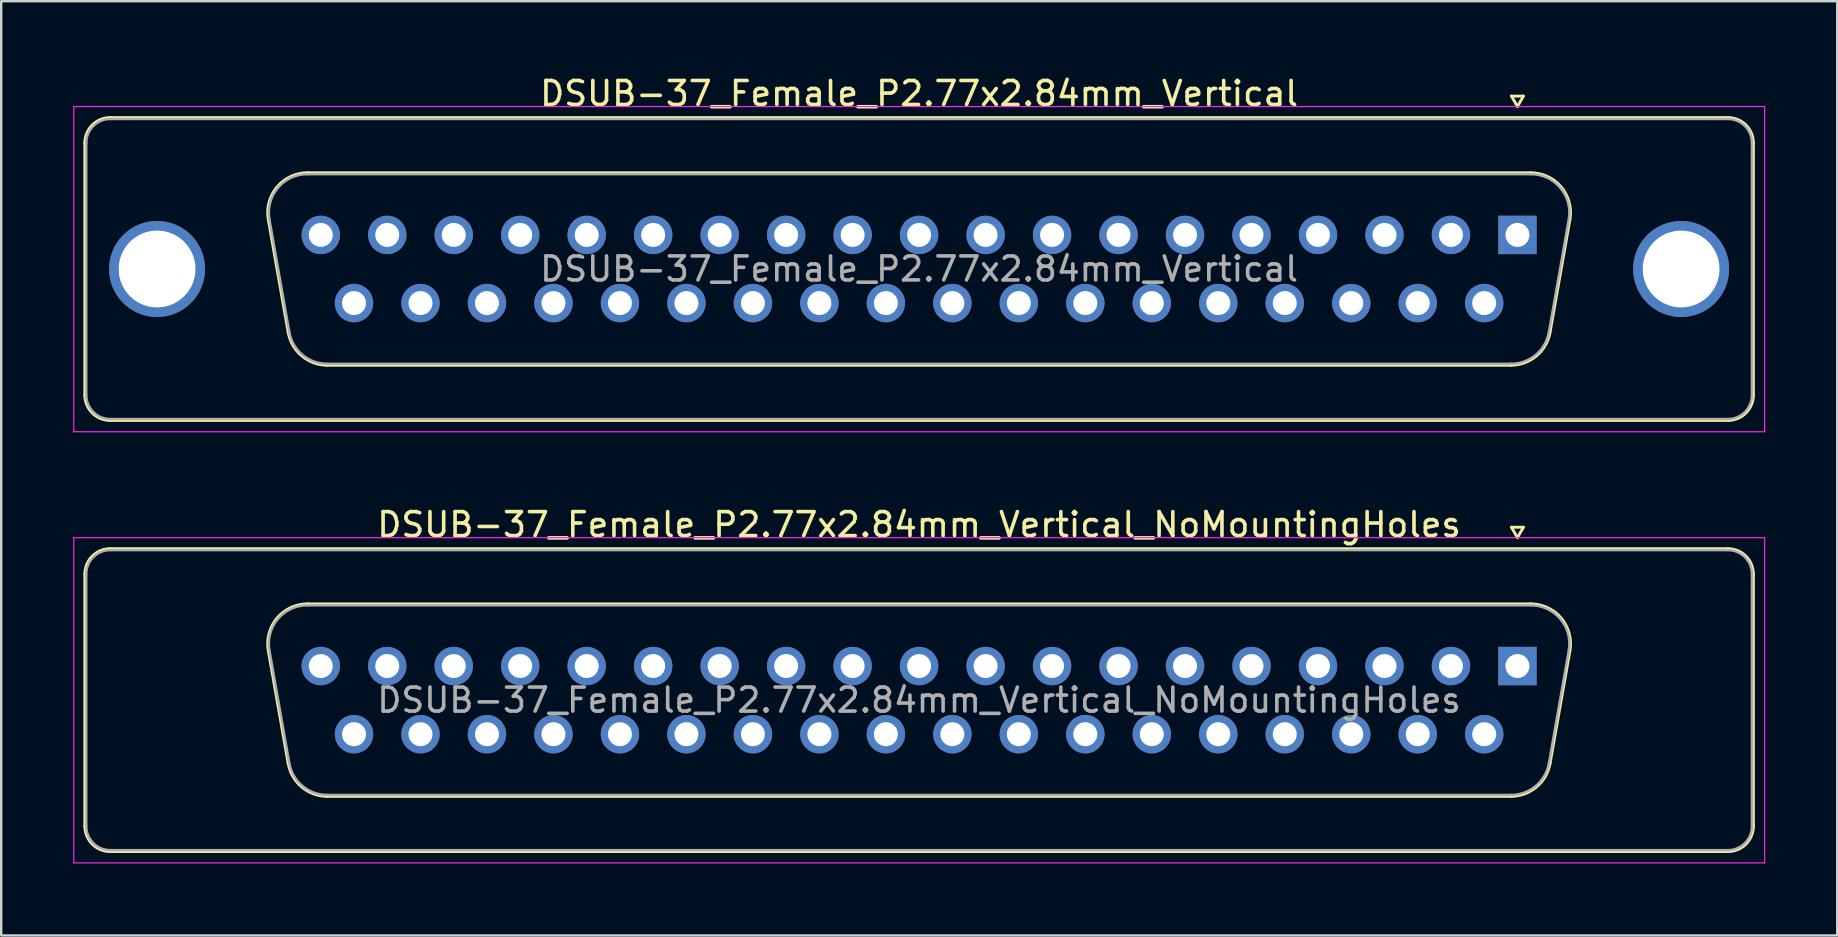
<source format=kicad_pcb>
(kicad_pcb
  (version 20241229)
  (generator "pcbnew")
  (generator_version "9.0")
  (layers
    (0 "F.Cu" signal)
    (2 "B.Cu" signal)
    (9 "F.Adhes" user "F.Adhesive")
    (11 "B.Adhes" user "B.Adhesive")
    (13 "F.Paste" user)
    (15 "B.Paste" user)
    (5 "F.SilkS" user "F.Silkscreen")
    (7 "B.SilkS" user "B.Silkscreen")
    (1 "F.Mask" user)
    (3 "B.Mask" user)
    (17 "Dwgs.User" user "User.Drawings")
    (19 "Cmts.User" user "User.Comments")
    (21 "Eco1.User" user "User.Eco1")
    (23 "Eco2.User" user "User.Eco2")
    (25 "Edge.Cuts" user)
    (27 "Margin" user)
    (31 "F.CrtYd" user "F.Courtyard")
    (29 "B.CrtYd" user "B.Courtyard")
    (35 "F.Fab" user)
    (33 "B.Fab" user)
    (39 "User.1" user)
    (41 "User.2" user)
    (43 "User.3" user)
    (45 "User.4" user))
  (footprint "DSUB-37_Female_P2.77x2.84mm_Vertical"
    (layer "F.Cu")
    (at 60.175 6.738)
    (property "Reference" "DSUB-37_Female_P2.77x2.84mm_Vertical" (at -24.93 -5.89 0) (layer "F.SilkS") (effects (font (size 1 1) (thickness 0.15))))
    (attr through_hole)
    (fp_line (start -59.69 6.67) (end -59.69 -3.83) (stroke (width 0.12) (type solid)) (layer "F.SilkS"))
    (fp_line (start -58.63 -4.89) (end 8.77 -4.89) (stroke (width 0.12) (type solid)) (layer "F.SilkS"))
    (fp_line (start -52.046 -0.642) (end -51.218 4.058) (stroke (width 0.12) (type solid)) (layer "F.SilkS"))
    (fp_line (start -50.412 -2.59) (end 0.552 -2.59) (stroke (width 0.12) (type solid)) (layer "F.SilkS"))
    (fp_line (start -49.583 5.43) (end -0.277 5.43) (stroke (width 0.12) (type solid)) (layer "F.SilkS"))
    (fp_line (start -0.25 -5.784) (end 0.25 -5.784) (stroke (width 0.12) (type solid)) (layer "F.SilkS"))
    (fp_line (start 0 -5.351) (end -0.25 -5.784) (stroke (width 0.12) (type solid)) (layer "F.SilkS"))
    (fp_line (start 0.25 -5.784) (end 0 -5.351) (stroke (width 0.12) (type solid)) (layer "F.SilkS"))
    (fp_line (start 2.186 -0.642) (end 1.358 4.058) (stroke (width 0.12) (type solid)) (layer "F.SilkS"))
    (fp_line (start 8.77 7.73) (end -58.63 7.73) (stroke (width 0.12) (type solid)) (layer "F.SilkS"))
    (fp_line (start 9.83 -3.83) (end 9.83 6.67) (stroke (width 0.12) (type solid)) (layer "F.SilkS"))
    (fp_arc (start -59.69 -3.83) (mid -59.379533 -4.579533) (end -58.63 -4.89) (stroke (width 0.12) (type solid)) (layer "F.SilkS"))
    (fp_arc (start -58.63 7.73) (mid -59.379533 7.419533) (end -59.69 6.67) (stroke (width 0.12) (type solid)) (layer "F.SilkS"))
    (fp_arc (start -52.04647 -0.641744) (mid -51.683323 -1.997028) (end -50.411689 -2.59) (stroke (width 0.12) (type solid)) (layer "F.SilkS"))
    (fp_arc (start -49.582952 5.43) (mid -50.649979 5.041634) (end -51.217733 4.058256) (stroke (width 0.12) (type solid)) (layer "F.SilkS"))
    (fp_arc (start 0.551689 -2.59) (mid 1.823323 -1.997027) (end 2.18647 -0.641744) (stroke (width 0.12) (type solid)) (layer "F.SilkS"))
    (fp_arc (start 1.357733 4.058256) (mid 0.78998 5.041634) (end -0.277048 5.43) (stroke (width 0.12) (type solid)) (layer "F.SilkS"))
    (fp_arc (start 8.77 -4.89) (mid 9.519533 -4.579533) (end 9.83 -3.83) (stroke (width 0.12) (type solid)) (layer "F.SilkS"))
    (fp_arc (start 9.83 6.67) (mid 9.519533 7.419533) (end 8.77 7.73) (stroke (width 0.12) (type solid)) (layer "F.SilkS"))
    (fp_line (start -60.15 -5.35) (end -60.15 8.2) (stroke (width 0.05) (type solid)) (layer "F.CrtYd"))
    (fp_line (start -60.15 8.2) (end 10.3 8.2) (stroke (width 0.05) (type solid)) (layer "F.CrtYd"))
    (fp_line (start 10.3 -5.35) (end -60.15 -5.35) (stroke (width 0.05) (type solid)) (layer "F.CrtYd"))
    (fp_line (start 10.3 8.2) (end 10.3 -5.35) (stroke (width 0.05) (type solid)) (layer "F.CrtYd"))
    (fp_line (start -59.63 6.67) (end -59.63 -3.83) (stroke (width 0.1) (type solid)) (layer "F.Fab"))
    (fp_line (start -58.63 -4.83) (end 8.77 -4.83) (stroke (width 0.1) (type solid)) (layer "F.Fab"))
    (fp_line (start -51.999 -0.652) (end -51.17 4.048) (stroke (width 0.1) (type solid)) (layer "F.Fab"))
    (fp_line (start -50.423 -2.53) (end 0.563 -2.53) (stroke (width 0.1) (type solid)) (layer "F.Fab"))
    (fp_line (start -49.594 5.37) (end -0.266 5.37) (stroke (width 0.1) (type solid)) (layer "F.Fab"))
    (fp_line (start 2.139 -0.652) (end 1.31 4.048) (stroke (width 0.1) (type solid)) (layer "F.Fab"))
    (fp_line (start 8.77 7.67) (end -58.63 7.67) (stroke (width 0.1) (type solid)) (layer "F.Fab"))
    (fp_line (start 9.77 -3.83) (end 9.77 6.67) (stroke (width 0.1) (type solid)) (layer "F.Fab"))
    (fp_arc (start -59.63 -3.83) (mid -59.337107 -4.537107) (end -58.63 -4.83) (stroke (width 0.1) (type solid)) (layer "F.Fab"))
    (fp_arc (start -58.63 7.67) (mid -59.337107 7.377107) (end -59.63 6.67) (stroke (width 0.1) (type solid)) (layer "F.Fab"))
    (fp_arc (start -51.998886 -0.652163) (mid -51.648865 -1.95846) (end -50.423194 -2.53) (stroke (width 0.1) (type solid)) (layer "F.Fab"))
    (fp_arc (start -49.594457 5.37) (mid -50.622917 4.995671) (end -51.170149 4.047837) (stroke (width 0.1) (type solid)) (layer "F.Fab"))
    (fp_arc (start 0.563194 -2.53) (mid 1.788865 -1.95846) (end 2.138886 -0.652163) (stroke (width 0.1) (type solid)) (layer "F.Fab"))
    (fp_arc (start 1.310149 4.047837) (mid 0.762917 4.995671) (end -0.265543 5.37) (stroke (width 0.1) (type solid)) (layer "F.Fab"))
    (fp_arc (start 8.77 -4.83) (mid 9.477107 -4.537107) (end 9.77 -3.83) (stroke (width 0.1) (type solid)) (layer "F.Fab"))
    (fp_arc (start 9.77 6.67) (mid 9.477107 7.377107) (end 8.77 7.67) (stroke (width 0.1) (type solid)) (layer "F.Fab"))
    (fp_text user "${REFERENCE}" (at -24.93 1.42 0) (layer "F.Fab") (effects (font (size 1 1) (thickness 0.15))))
    (pad "0" thru_hole circle (at -56.68 1.42) (size 4 4) (drill 3.2) (layers "*.Cu" "*.Mask"))
    (pad "0" thru_hole circle (at 6.82 1.42) (size 4 4) (drill 3.2) (layers "*.Cu" "*.Mask"))
    (pad "1" thru_hole rect (at 0 0) (size 1.6 1.6) (drill 1) (layers "*.Cu" "*.Mask"))
    (pad "2" thru_hole circle (at -2.77 0) (size 1.6 1.6) (drill 1) (layers "*.Cu" "*.Mask"))
    (pad "3" thru_hole circle (at -5.54 0) (size 1.6 1.6) (drill 1) (layers "*.Cu" "*.Mask"))
    (pad "4" thru_hole circle (at -8.31 0) (size 1.6 1.6) (drill 1) (layers "*.Cu" "*.Mask"))
    (pad "5" thru_hole circle (at -11.08 0) (size 1.6 1.6) (drill 1) (layers "*.Cu" "*.Mask"))
    (pad "6" thru_hole circle (at -13.85 0) (size 1.6 1.6) (drill 1) (layers "*.Cu" "*.Mask"))
    (pad "7" thru_hole circle (at -16.62 0) (size 1.6 1.6) (drill 1) (layers "*.Cu" "*.Mask"))
    (pad "8" thru_hole circle (at -19.39 0) (size 1.6 1.6) (drill 1) (layers "*.Cu" "*.Mask"))
    (pad "9" thru_hole circle (at -22.16 0) (size 1.6 1.6) (drill 1) (layers "*.Cu" "*.Mask"))
    (pad "10" thru_hole circle (at -24.93 0) (size 1.6 1.6) (drill 1) (layers "*.Cu" "*.Mask"))
    (pad "11" thru_hole circle (at -27.7 0) (size 1.6 1.6) (drill 1) (layers "*.Cu" "*.Mask"))
    (pad "12" thru_hole circle (at -30.47 0) (size 1.6 1.6) (drill 1) (layers "*.Cu" "*.Mask"))
    (pad "13" thru_hole circle (at -33.24 0) (size 1.6 1.6) (drill 1) (layers "*.Cu" "*.Mask"))
    (pad "14" thru_hole circle (at -36.01 0) (size 1.6 1.6) (drill 1) (layers "*.Cu" "*.Mask"))
    (pad "15" thru_hole circle (at -38.78 0) (size 1.6 1.6) (drill 1) (layers "*.Cu" "*.Mask"))
    (pad "16" thru_hole circle (at -41.55 0) (size 1.6 1.6) (drill 1) (layers "*.Cu" "*.Mask"))
    (pad "17" thru_hole circle (at -44.32 0) (size 1.6 1.6) (drill 1) (layers "*.Cu" "*.Mask"))
    (pad "18" thru_hole circle (at -47.09 0) (size 1.6 1.6) (drill 1) (layers "*.Cu" "*.Mask"))
    (pad "19" thru_hole circle (at -49.86 0) (size 1.6 1.6) (drill 1) (layers "*.Cu" "*.Mask"))
    (pad "20" thru_hole circle (at -1.385 2.84) (size 1.6 1.6) (drill 1) (layers "*.Cu" "*.Mask"))
    (pad "21" thru_hole circle (at -4.155 2.84) (size 1.6 1.6) (drill 1) (layers "*.Cu" "*.Mask"))
    (pad "22" thru_hole circle (at -6.925 2.84) (size 1.6 1.6) (drill 1) (layers "*.Cu" "*.Mask"))
    (pad "23" thru_hole circle (at -9.695 2.84) (size 1.6 1.6) (drill 1) (layers "*.Cu" "*.Mask"))
    (pad "24" thru_hole circle (at -12.465 2.84) (size 1.6 1.6) (drill 1) (layers "*.Cu" "*.Mask"))
    (pad "25" thru_hole circle (at -15.235 2.84) (size 1.6 1.6) (drill 1) (layers "*.Cu" "*.Mask"))
    (pad "26" thru_hole circle (at -18.005 2.84) (size 1.6 1.6) (drill 1) (layers "*.Cu" "*.Mask"))
    (pad "27" thru_hole circle (at -20.775 2.84) (size 1.6 1.6) (drill 1) (layers "*.Cu" "*.Mask"))
    (pad "28" thru_hole circle (at -23.545 2.84) (size 1.6 1.6) (drill 1) (layers "*.Cu" "*.Mask"))
    (pad "29" thru_hole circle (at -26.315 2.84) (size 1.6 1.6) (drill 1) (layers "*.Cu" "*.Mask"))
    (pad "30" thru_hole circle (at -29.085 2.84) (size 1.6 1.6) (drill 1) (layers "*.Cu" "*.Mask"))
    (pad "31" thru_hole circle (at -31.855 2.84) (size 1.6 1.6) (drill 1) (layers "*.Cu" "*.Mask"))
    (pad "32" thru_hole circle (at -34.625 2.84) (size 1.6 1.6) (drill 1) (layers "*.Cu" "*.Mask"))
    (pad "33" thru_hole circle (at -37.395 2.84) (size 1.6 1.6) (drill 1) (layers "*.Cu" "*.Mask"))
    (pad "34" thru_hole circle (at -40.165 2.84) (size 1.6 1.6) (drill 1) (layers "*.Cu" "*.Mask"))
    (pad "35" thru_hole circle (at -42.935 2.84) (size 1.6 1.6) (drill 1) (layers "*.Cu" "*.Mask"))
    (pad "36" thru_hole circle (at -45.705 2.84) (size 1.6 1.6) (drill 1) (layers "*.Cu" "*.Mask"))
    (pad "37" thru_hole circle (at -48.475 2.84) (size 1.6 1.6) (drill 1) (layers "*.Cu" "*.Mask")))
  (footprint "DSUB-37_Female_P2.77x2.84mm_Vertical_NoMountingHoles"
    (layer "F.Cu")
    (at 60.175 24.701)
    (property "Reference" "DSUB-37_Female_P2.77x2.84mm_Vertical_NoMountingHoles" (at -24.93 -5.89 0) (layer "F.SilkS") (effects (font (size 1 1) (thickness 0.15))))
    (attr through_hole)
    (fp_line (start -59.69 6.67) (end -59.69 -3.83) (stroke (width 0.12) (type solid)) (layer "F.SilkS"))
    (fp_line (start -58.63 -4.89) (end 8.77 -4.89) (stroke (width 0.12) (type solid)) (layer "F.SilkS"))
    (fp_line (start -52.046 -0.642) (end -51.218 4.058) (stroke (width 0.12) (type solid)) (layer "F.SilkS"))
    (fp_line (start -50.412 -2.59) (end 0.552 -2.59) (stroke (width 0.12) (type solid)) (layer "F.SilkS"))
    (fp_line (start -49.583 5.43) (end -0.277 5.43) (stroke (width 0.12) (type solid)) (layer "F.SilkS"))
    (fp_line (start -0.25 -5.784) (end 0.25 -5.784) (stroke (width 0.12) (type solid)) (layer "F.SilkS"))
    (fp_line (start 0 -5.351) (end -0.25 -5.784) (stroke (width 0.12) (type solid)) (layer "F.SilkS"))
    (fp_line (start 0.25 -5.784) (end 0 -5.351) (stroke (width 0.12) (type solid)) (layer "F.SilkS"))
    (fp_line (start 2.186 -0.642) (end 1.358 4.058) (stroke (width 0.12) (type solid)) (layer "F.SilkS"))
    (fp_line (start 8.77 7.73) (end -58.63 7.73) (stroke (width 0.12) (type solid)) (layer "F.SilkS"))
    (fp_line (start 9.83 -3.83) (end 9.83 6.67) (stroke (width 0.12) (type solid)) (layer "F.SilkS"))
    (fp_arc (start -59.69 -3.83) (mid -59.379533 -4.579533) (end -58.63 -4.89) (stroke (width 0.12) (type solid)) (layer "F.SilkS"))
    (fp_arc (start -58.63 7.73) (mid -59.379533 7.419533) (end -59.69 6.67) (stroke (width 0.12) (type solid)) (layer "F.SilkS"))
    (fp_arc (start -52.04647 -0.641744) (mid -51.683323 -1.997028) (end -50.411689 -2.59) (stroke (width 0.12) (type solid)) (layer "F.SilkS"))
    (fp_arc (start -49.582952 5.43) (mid -50.649979 5.041634) (end -51.217733 4.058256) (stroke (width 0.12) (type solid)) (layer "F.SilkS"))
    (fp_arc (start 0.551689 -2.59) (mid 1.823323 -1.997027) (end 2.18647 -0.641744) (stroke (width 0.12) (type solid)) (layer "F.SilkS"))
    (fp_arc (start 1.357733 4.058256) (mid 0.78998 5.041634) (end -0.277048 5.43) (stroke (width 0.12) (type solid)) (layer "F.SilkS"))
    (fp_arc (start 8.77 -4.89) (mid 9.519533 -4.579533) (end 9.83 -3.83) (stroke (width 0.12) (type solid)) (layer "F.SilkS"))
    (fp_arc (start 9.83 6.67) (mid 9.519533 7.419533) (end 8.77 7.73) (stroke (width 0.12) (type solid)) (layer "F.SilkS"))
    (fp_line (start -60.15 -5.35) (end -60.15 8.2) (stroke (width 0.05) (type solid)) (layer "F.CrtYd"))
    (fp_line (start -60.15 8.2) (end 10.3 8.2) (stroke (width 0.05) (type solid)) (layer "F.CrtYd"))
    (fp_line (start 10.3 -5.35) (end -60.15 -5.35) (stroke (width 0.05) (type solid)) (layer "F.CrtYd"))
    (fp_line (start 10.3 8.2) (end 10.3 -5.35) (stroke (width 0.05) (type solid)) (layer "F.CrtYd"))
    (fp_line (start -59.63 6.67) (end -59.63 -3.83) (stroke (width 0.1) (type solid)) (layer "F.Fab"))
    (fp_line (start -58.63 -4.83) (end 8.77 -4.83) (stroke (width 0.1) (type solid)) (layer "F.Fab"))
    (fp_line (start -51.999 -0.652) (end -51.17 4.048) (stroke (width 0.1) (type solid)) (layer "F.Fab"))
    (fp_line (start -50.423 -2.53) (end 0.563 -2.53) (stroke (width 0.1) (type solid)) (layer "F.Fab"))
    (fp_line (start -49.594 5.37) (end -0.266 5.37) (stroke (width 0.1) (type solid)) (layer "F.Fab"))
    (fp_line (start 2.139 -0.652) (end 1.31 4.048) (stroke (width 0.1) (type solid)) (layer "F.Fab"))
    (fp_line (start 8.77 7.67) (end -58.63 7.67) (stroke (width 0.1) (type solid)) (layer "F.Fab"))
    (fp_line (start 9.77 -3.83) (end 9.77 6.67) (stroke (width 0.1) (type solid)) (layer "F.Fab"))
    (fp_arc (start -59.63 -3.83) (mid -59.337107 -4.537107) (end -58.63 -4.83) (stroke (width 0.1) (type solid)) (layer "F.Fab"))
    (fp_arc (start -58.63 7.67) (mid -59.337107 7.377107) (end -59.63 6.67) (stroke (width 0.1) (type solid)) (layer "F.Fab"))
    (fp_arc (start -51.998886 -0.652163) (mid -51.648865 -1.95846) (end -50.423194 -2.53) (stroke (width 0.1) (type solid)) (layer "F.Fab"))
    (fp_arc (start -49.594457 5.37) (mid -50.622917 4.995671) (end -51.170149 4.047837) (stroke (width 0.1) (type solid)) (layer "F.Fab"))
    (fp_arc (start 0.563194 -2.53) (mid 1.788865 -1.95846) (end 2.138886 -0.652163) (stroke (width 0.1) (type solid)) (layer "F.Fab"))
    (fp_arc (start 1.310149 4.047837) (mid 0.762917 4.995671) (end -0.265543 5.37) (stroke (width 0.1) (type solid)) (layer "F.Fab"))
    (fp_arc (start 8.77 -4.83) (mid 9.477107 -4.537107) (end 9.77 -3.83) (stroke (width 0.1) (type solid)) (layer "F.Fab"))
    (fp_arc (start 9.77 6.67) (mid 9.477107 7.377107) (end 8.77 7.67) (stroke (width 0.1) (type solid)) (layer "F.Fab"))
    (fp_text user "${REFERENCE}" (at -24.93 1.42 0) (layer "F.Fab") (effects (font (size 1 1) (thickness 0.15))))
    (pad "1" thru_hole rect (at 0 0) (size 1.6 1.6) (drill 1) (layers "*.Cu" "*.Mask"))
    (pad "2" thru_hole circle (at -2.77 0) (size 1.6 1.6) (drill 1) (layers "*.Cu" "*.Mask"))
    (pad "3" thru_hole circle (at -5.54 0) (size 1.6 1.6) (drill 1) (layers "*.Cu" "*.Mask"))
    (pad "4" thru_hole circle (at -8.31 0) (size 1.6 1.6) (drill 1) (layers "*.Cu" "*.Mask"))
    (pad "5" thru_hole circle (at -11.08 0) (size 1.6 1.6) (drill 1) (layers "*.Cu" "*.Mask"))
    (pad "6" thru_hole circle (at -13.85 0) (size 1.6 1.6) (drill 1) (layers "*.Cu" "*.Mask"))
    (pad "7" thru_hole circle (at -16.62 0) (size 1.6 1.6) (drill 1) (layers "*.Cu" "*.Mask"))
    (pad "8" thru_hole circle (at -19.39 0) (size 1.6 1.6) (drill 1) (layers "*.Cu" "*.Mask"))
    (pad "9" thru_hole circle (at -22.16 0) (size 1.6 1.6) (drill 1) (layers "*.Cu" "*.Mask"))
    (pad "10" thru_hole circle (at -24.93 0) (size 1.6 1.6) (drill 1) (layers "*.Cu" "*.Mask"))
    (pad "11" thru_hole circle (at -27.7 0) (size 1.6 1.6) (drill 1) (layers "*.Cu" "*.Mask"))
    (pad "12" thru_hole circle (at -30.47 0) (size 1.6 1.6) (drill 1) (layers "*.Cu" "*.Mask"))
    (pad "13" thru_hole circle (at -33.24 0) (size 1.6 1.6) (drill 1) (layers "*.Cu" "*.Mask"))
    (pad "14" thru_hole circle (at -36.01 0) (size 1.6 1.6) (drill 1) (layers "*.Cu" "*.Mask"))
    (pad "15" thru_hole circle (at -38.78 0) (size 1.6 1.6) (drill 1) (layers "*.Cu" "*.Mask"))
    (pad "16" thru_hole circle (at -41.55 0) (size 1.6 1.6) (drill 1) (layers "*.Cu" "*.Mask"))
    (pad "17" thru_hole circle (at -44.32 0) (size 1.6 1.6) (drill 1) (layers "*.Cu" "*.Mask"))
    (pad "18" thru_hole circle (at -47.09 0) (size 1.6 1.6) (drill 1) (layers "*.Cu" "*.Mask"))
    (pad "19" thru_hole circle (at -49.86 0) (size 1.6 1.6) (drill 1) (layers "*.Cu" "*.Mask"))
    (pad "20" thru_hole circle (at -1.385 2.84) (size 1.6 1.6) (drill 1) (layers "*.Cu" "*.Mask"))
    (pad "21" thru_hole circle (at -4.155 2.84) (size 1.6 1.6) (drill 1) (layers "*.Cu" "*.Mask"))
    (pad "22" thru_hole circle (at -6.925 2.84) (size 1.6 1.6) (drill 1) (layers "*.Cu" "*.Mask"))
    (pad "23" thru_hole circle (at -9.695 2.84) (size 1.6 1.6) (drill 1) (layers "*.Cu" "*.Mask"))
    (pad "24" thru_hole circle (at -12.465 2.84) (size 1.6 1.6) (drill 1) (layers "*.Cu" "*.Mask"))
    (pad "25" thru_hole circle (at -15.235 2.84) (size 1.6 1.6) (drill 1) (layers "*.Cu" "*.Mask"))
    (pad "26" thru_hole circle (at -18.005 2.84) (size 1.6 1.6) (drill 1) (layers "*.Cu" "*.Mask"))
    (pad "27" thru_hole circle (at -20.775 2.84) (size 1.6 1.6) (drill 1) (layers "*.Cu" "*.Mask"))
    (pad "28" thru_hole circle (at -23.545 2.84) (size 1.6 1.6) (drill 1) (layers "*.Cu" "*.Mask"))
    (pad "29" thru_hole circle (at -26.315 2.84) (size 1.6 1.6) (drill 1) (layers "*.Cu" "*.Mask"))
    (pad "30" thru_hole circle (at -29.085 2.84) (size 1.6 1.6) (drill 1) (layers "*.Cu" "*.Mask"))
    (pad "31" thru_hole circle (at -31.855 2.84) (size 1.6 1.6) (drill 1) (layers "*.Cu" "*.Mask"))
    (pad "32" thru_hole circle (at -34.625 2.84) (size 1.6 1.6) (drill 1) (layers "*.Cu" "*.Mask"))
    (pad "33" thru_hole circle (at -37.395 2.84) (size 1.6 1.6) (drill 1) (layers "*.Cu" "*.Mask"))
    (pad "34" thru_hole circle (at -40.165 2.84) (size 1.6 1.6) (drill 1) (layers "*.Cu" "*.Mask"))
    (pad "35" thru_hole circle (at -42.935 2.84) (size 1.6 1.6) (drill 1) (layers "*.Cu" "*.Mask"))
    (pad "36" thru_hole circle (at -45.705 2.84) (size 1.6 1.6) (drill 1) (layers "*.Cu" "*.Mask"))
    (pad "37" thru_hole circle (at -48.475 2.84) (size 1.6 1.6) (drill 1) (layers "*.Cu" "*.Mask")))
  (gr_rect
    (start -3 -3)
    (end 73.5 35.926)
    (stroke (width 0.1) (type default))
    (fill no)
    (layer "Edge.Cuts")))
</source>
